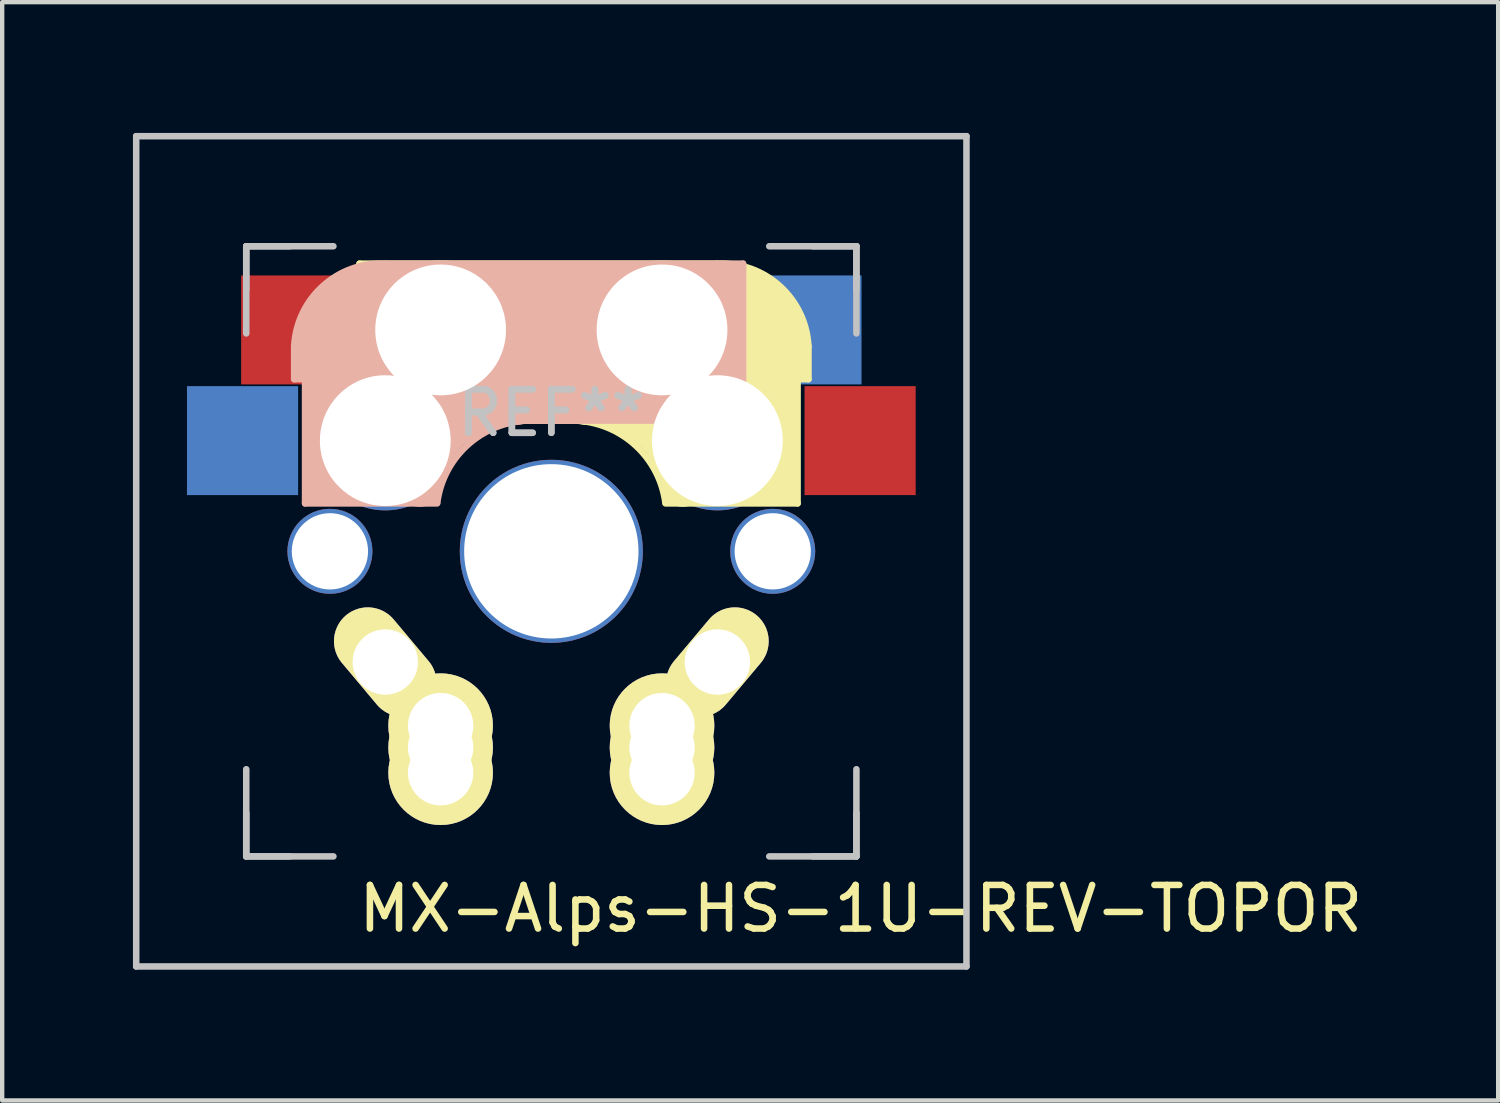
<source format=kicad_pcb>
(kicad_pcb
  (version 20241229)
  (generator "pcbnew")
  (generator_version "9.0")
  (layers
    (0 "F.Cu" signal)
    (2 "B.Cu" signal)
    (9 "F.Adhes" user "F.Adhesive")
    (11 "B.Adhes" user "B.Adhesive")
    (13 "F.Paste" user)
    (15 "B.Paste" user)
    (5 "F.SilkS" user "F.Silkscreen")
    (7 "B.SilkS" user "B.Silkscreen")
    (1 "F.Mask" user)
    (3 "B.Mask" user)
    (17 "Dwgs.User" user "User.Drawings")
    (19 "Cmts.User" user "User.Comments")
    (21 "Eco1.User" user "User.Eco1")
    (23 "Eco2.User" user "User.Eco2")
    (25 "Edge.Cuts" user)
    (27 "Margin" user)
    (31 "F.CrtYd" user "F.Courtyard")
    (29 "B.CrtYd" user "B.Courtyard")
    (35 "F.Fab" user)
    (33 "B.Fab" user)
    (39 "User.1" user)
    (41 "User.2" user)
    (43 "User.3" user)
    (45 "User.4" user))
  (footprint "MX-Alps-HS-1U-REV-TOPOR"
    (layer "F.Cu")
    (at 9.6 9.6)
    (property "Reference" "MX-Alps-HS-1U-REV-TOPOR" (at 7.1 8.2 0) (layer "F.SilkS") (effects (font (size 1 1) (thickness 0.15))))
    (attr through_hole)
    (fp_line (start -4.4 -6.6) (end 3.8 -6.6) (stroke (width 0.15) (type solid)) (layer "F.SilkS"))
    (fp_line (start -4.4 -3) (end -4.4 -6.6) (stroke (width 0.15) (type solid)) (layer "F.SilkS"))
    (fp_line (start -4.38 -4) (end -4.38 -6.25) (stroke (width 0.15) (type solid)) (layer "F.SilkS"))
    (fp_line (start -4.25 -6.4) (end -3 -6.4) (stroke (width 0.4) (type solid)) (layer "F.SilkS"))
    (fp_line (start -4.2 -3.25) (end -2.9 -3.3) (stroke (width 0.5) (type solid)) (layer "F.SilkS"))
    (fp_line (start -3.9 -6) (end -3.9 -3.5) (stroke (width 1) (type solid)) (layer "F.SilkS"))
    (fp_line (start -2.6 -4.8) (end 4.1 -4.8) (stroke (width 3.5) (type solid)) (layer "F.SilkS"))
    (fp_line (start 0.4 -3) (end -4.4 -3) (stroke (width 0.15) (type solid)) (layer "F.SilkS"))
    (fp_line (start 4.17 -5.1) (end 4.17 -2.86) (stroke (width 3) (type solid)) (layer "F.SilkS"))
    (fp_line (start 5.3 -1.6) (end 5.3 -3.4) (stroke (width 0.8) (type solid)) (layer "F.SilkS"))
    (fp_line (start 5.45 -1.3) (end 3 -1.3) (stroke (width 0.5) (type solid)) (layer "F.SilkS"))
    (fp_line (start 5.65 -5.55) (end 5.65 -1.1) (stroke (width 0.15) (type solid)) (layer "F.SilkS"))
    (fp_line (start 5.65 -1.1) (end 2.62 -1.1) (stroke (width 0.15) (type solid)) (layer "F.SilkS"))
    (fp_line (start 5.8 -4.05) (end 5.8 -4.7) (stroke (width 0.3) (type solid)) (layer "F.SilkS"))
    (fp_line (start 5.9 -4.7) (end 5.9 -3.95) (stroke (width 0.15) (type solid)) (layer "F.SilkS"))
    (fp_line (start 5.9 -3.95) (end 5.7 -3.95) (stroke (width 0.15) (type solid)) (layer "F.SilkS"))
    (fp_arc (start 0.4 -3) (mid 1.868709 -2.486118) (end 2.616318 -1.121471) (stroke (width 0.15) (type solid)) (layer "F.SilkS"))
    (fp_arc (start 0.8 -3.4) (mid 2.268709 -2.886118) (end 3.016318 -1.521471) (stroke (width 1) (type solid)) (layer "F.SilkS"))
    (fp_arc (start 3.800001 -6.6) (mid 5.243504 -6.084924) (end 5.9 -4.699999) (stroke (width 0.15) (type solid)) (layer "F.SilkS"))
    (fp_line (start -5.9 -4.7) (end -5.9 -3.95) (stroke (width 0.15) (type solid)) (layer "B.SilkS"))
    (fp_line (start -5.9 -3.95) (end -5.7 -3.95) (stroke (width 0.15) (type solid)) (layer "B.SilkS"))
    (fp_line (start -5.8 -4.05) (end -5.8 -4.7) (stroke (width 0.3) (type solid)) (layer "B.SilkS"))
    (fp_line (start -5.65 -5.55) (end -5.65 -1.1) (stroke (width 0.15) (type solid)) (layer "B.SilkS"))
    (fp_line (start -5.65 -1.1) (end -2.62 -1.1) (stroke (width 0.15) (type solid)) (layer "B.SilkS"))
    (fp_line (start -5.45 -1.3) (end -3 -1.3) (stroke (width 0.5) (type solid)) (layer "B.SilkS"))
    (fp_line (start -5.3 -1.6) (end -5.3 -3.4) (stroke (width 0.8) (type solid)) (layer "B.SilkS"))
    (fp_line (start -4.17 -5.1) (end -4.17 -2.86) (stroke (width 3) (type solid)) (layer "B.SilkS"))
    (fp_line (start -0.4 -3) (end 4.4 -3) (stroke (width 0.15) (type solid)) (layer "B.SilkS"))
    (fp_line (start 2.6 -4.8) (end -4.1 -4.8) (stroke (width 3.5) (type solid)) (layer "B.SilkS"))
    (fp_line (start 3.9 -6) (end 3.9 -3.5) (stroke (width 1) (type solid)) (layer "B.SilkS"))
    (fp_line (start 4.2 -3.25) (end 2.9 -3.3) (stroke (width 0.5) (type solid)) (layer "B.SilkS"))
    (fp_line (start 4.25 -6.4) (end 3 -6.4) (stroke (width 0.4) (type solid)) (layer "B.SilkS"))
    (fp_line (start 4.38 -4) (end 4.38 -6.25) (stroke (width 0.15) (type solid)) (layer "B.SilkS"))
    (fp_line (start 4.4 -6.6) (end -3.8 -6.6) (stroke (width 0.15) (type solid)) (layer "B.SilkS"))
    (fp_line (start 4.4 -3) (end 4.4 -6.6) (stroke (width 0.15) (type solid)) (layer "B.SilkS"))
    (fp_arc (start -5.9 -4.699999) (mid -5.243504 -6.084924) (end -3.800001 -6.6) (stroke (width 0.15) (type solid)) (layer "B.SilkS"))
    (fp_arc (start -3.016318 -1.521471) (mid -2.268709 -2.886118) (end -0.8 -3.4) (stroke (width 1) (type solid)) (layer "B.SilkS"))
    (fp_arc (start -2.616318 -1.121471) (mid -1.868709 -2.486118) (end -0.4 -3) (stroke (width 0.15) (type solid)) (layer "B.SilkS"))
    (fp_line (start -9.525 -9.525) (end 9.525 -9.525) (stroke (width 0.15) (type solid)) (layer "Dwgs.User"))
    (fp_line (start -9.525 9.525) (end -9.525 -9.525) (stroke (width 0.15) (type solid)) (layer "Dwgs.User"))
    (fp_line (start -7 -7) (end -7 -5) (stroke (width 0.15) (type solid)) (layer "Dwgs.User"))
    (fp_line (start -7 -7) (end -6 -7) (stroke (width 0.15) (type solid)) (layer "Dwgs.User"))
    (fp_line (start -7 -6) (end -7 -7) (stroke (width 0.15) (type solid)) (layer "Dwgs.User"))
    (fp_line (start -7 6) (end -7 7) (stroke (width 0.15) (type solid)) (layer "Dwgs.User"))
    (fp_line (start -7 7) (end -7 5) (stroke (width 0.15) (type solid)) (layer "Dwgs.User"))
    (fp_line (start -7 7) (end -6 7) (stroke (width 0.15) (type solid)) (layer "Dwgs.User"))
    (fp_line (start -5 -7) (end -7 -7) (stroke (width 0.15) (type solid)) (layer "Dwgs.User"))
    (fp_line (start -5 7) (end -7 7) (stroke (width 0.15) (type solid)) (layer "Dwgs.User"))
    (fp_line (start 5 7) (end 7 7) (stroke (width 0.15) (type solid)) (layer "Dwgs.User"))
    (fp_line (start 6 7) (end 7 7) (stroke (width 0.15) (type solid)) (layer "Dwgs.User"))
    (fp_line (start 7 -7) (end 5 -7) (stroke (width 0.15) (type solid)) (layer "Dwgs.User"))
    (fp_line (start 7 -7) (end 6 -7) (stroke (width 0.15) (type solid)) (layer "Dwgs.User"))
    (fp_line (start 7 -7) (end 7 -6) (stroke (width 0.15) (type solid)) (layer "Dwgs.User"))
    (fp_line (start 7 -5) (end 7 -7) (stroke (width 0.15) (type solid)) (layer "Dwgs.User"))
    (fp_line (start 7 7) (end 7 5) (stroke (width 0.15) (type solid)) (layer "Dwgs.User"))
    (fp_line (start 7 7) (end 7 6) (stroke (width 0.15) (type solid)) (layer "Dwgs.User"))
    (fp_line (start 9.525 -9.525) (end 9.525 9.525) (stroke (width 0.15) (type solid)) (layer "Dwgs.User"))
    (fp_line (start 9.525 9.525) (end -9.525 9.525) (stroke (width 0.15) (type solid)) (layer "Dwgs.User"))
    (fp_text user "REF**" (at 0 -3.175 180) (layer "Dwgs.User") (effects (font (size 1 1) (thickness 0.15))))
    (fp_text user "REF**" (at 0 -3.175 180) (layer "Dwgs.User") (effects (font (size 1 1) (thickness 0.15))))
    (pad "" np_thru_hole circle (at -5.08 0) (size 1.95 1.95) (drill 1.75) (layers "*.Cu" "*.Mask"))
    (pad "" np_thru_hole circle (at -3.81 -2.54) (size 3.2 3.2) (drill 3) (layers "*.Cu" "*.Mask"))
    (pad "" np_thru_hole circle (at -2.54 -5.08) (size 3.2 3.2) (drill 3) (layers "*.Cu" "*.Mask"))
    (pad "" np_thru_hole circle (at 0 0 90) (size 4.2 4.2) (drill 4) (layers "*.Cu" "*.Mask"))
    (pad "" np_thru_hole circle (at 2.54 -5.08) (size 3.2 3.2) (drill 3) (layers "*.Cu" "*.Mask"))
    (pad "" np_thru_hole circle (at 3.81 -2.54) (size 3.2 3.2) (drill 3) (layers "*.Cu" "*.Mask"))
    (pad "" np_thru_hole circle (at 5.08 0 228.1) (size 1.95 1.95) (drill 1.75) (layers "*.Cu" "*.Mask"))
    (pad "1" smd rect (at -7.085 -2.54 180) (size 2.55 2.5) (layers "B.Cu" "B.Mask" "B.Paste"))
    (pad "1" smd rect (at -5.842 -5.08 180) (size 2.55 2.5) (layers "F.Cu" "F.Mask" "F.Paste"))
    (pad "1" thru_hole oval (at -3.81 2.54 130) (size 2.8 1.55) (drill 1.5) (layers "*.Cu" "*.Mask" "F.SilkS"))
    (pad "1" thru_hole circle (at -2.54 4 180) (size 2.4 2.4) (drill 1.5) (layers "*.Cu" "*.Mask" "F.SilkS"))
    (pad "1" thru_hole circle (at -2.54 4.5 180) (size 2.4 2.4) (drill 1.5) (layers "*.Cu" "*.Mask" "F.SilkS"))
    (pad "1" thru_hole circle (at -2.54 5.08 180) (size 2.4 2.4) (drill 1.5) (layers "*.Cu" "*.Mask" "F.SilkS"))
    (pad "2" thru_hole circle (at 2.54 4 180) (size 2.4 2.4) (drill 1.5) (layers "*.Cu" "*.Mask" "F.SilkS"))
    (pad "2" thru_hole circle (at 2.54 4.5 180) (size 2.4 2.4) (drill 1.5) (layers "*.Cu" "*.Mask" "F.SilkS"))
    (pad "2" thru_hole circle (at 2.54 5.08 180) (size 2.4 2.4) (drill 1.5) (layers "*.Cu" "*.Mask" "F.SilkS"))
    (pad "2" thru_hole oval (at 3.81 2.54 230) (size 2.8 1.55) (drill 1.5) (layers "*.Cu" "*.Mask" "F.SilkS"))
    (pad "2" smd rect (at 5.842 -5.08 180) (size 2.55 2.5) (layers "B.Cu" "B.Mask" "B.Paste"))
    (pad "2" smd rect (at 7.085 -2.54 180) (size 2.55 2.5) (layers "F.Cu" "F.Mask" "F.Paste")))
  (gr_rect
    (start -3 -3)
    (end 31.325 22.2)
    (stroke (width 0.1) (type default))
    (fill no)
    (layer "Edge.Cuts")))
</source>
